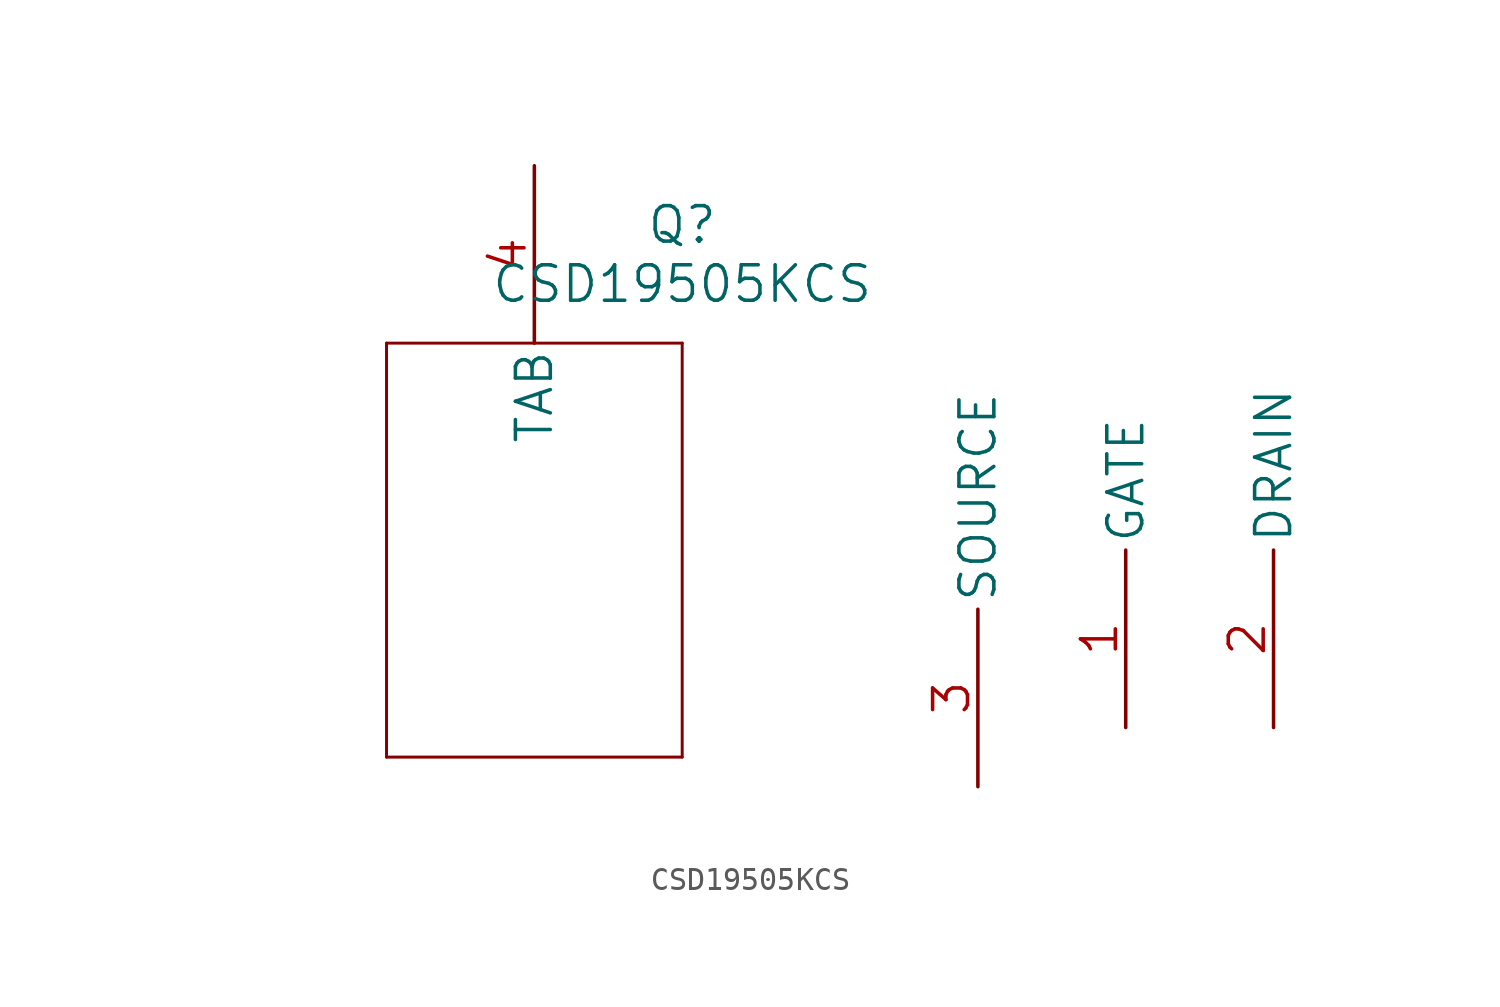
<source format=kicad_sym>
(kicad_symbol_lib
  (version 20211014)
  (generator kicad_symbol_editor)
  (symbol "CSD19505KCS"
    (pin_names
      (offset 0.254))
    (property "Reference" "Q"
      (at 20.32 12.7 0)
      (effects (font (size 1.524 1.524))))
    (property "Value" "CSD19505KCS"
      (at 20.32 10.16 0)
      (effects (font (size 1.524 1.524))))
    (property "Datasheet" ""
      (at 0 0 0)
      (effects (font (size 1.524 1.524))))
    (symbol "CSD19505KCS_0_0"
      (pin passive line (at 13.97 15.24 270) (length 7.62) (name "TAB" (effects (font (size 1.499 1.499)))) (number "4" (effects (font (size 1.499 1.499))))))
    (symbol "CSD19505KCS_1_1"
      (polyline (pts (xy 7.62 -10.16) (xy 20.32 -10.16)) (stroke (width 0.127) (type default) (color 0 0 0 0)) (fill (type none)))
      (polyline (pts (xy 7.62 7.62) (xy 7.62 -10.16)) (stroke (width 0.127) (type default) (color 0 0 0 0)) (fill (type none)))
      (polyline (pts (xy 20.32 -10.16) (xy 20.32 7.62)) (stroke (width 0.127) (type default) (color 0 0 0 0)) (fill (type none)))
      (polyline (pts (xy 20.32 7.62) (xy 7.62 7.62)) (stroke (width 0.127) (type default) (color 0 0 0 0)) (fill (type none)))
      (pin passive line (at 39.37 -8.89 90) (length 7.62) (name "GATE" (effects (font (size 1.499 1.499)))) (number "1" (effects (font (size 1.499 1.499)))))
      (pin passive line (at 45.72 -8.89 90) (length 7.62) (name "DRAIN" (effects (font (size 1.499 1.499)))) (number "2" (effects (font (size 1.499 1.499)))))
      (pin passive line (at 33.02 -11.43 90) (length 7.62) (name "SOURCE" (effects (font (size 1.499 1.499)))) (number "3" (effects (font (size 1.499 1.499))))))))
</source>
